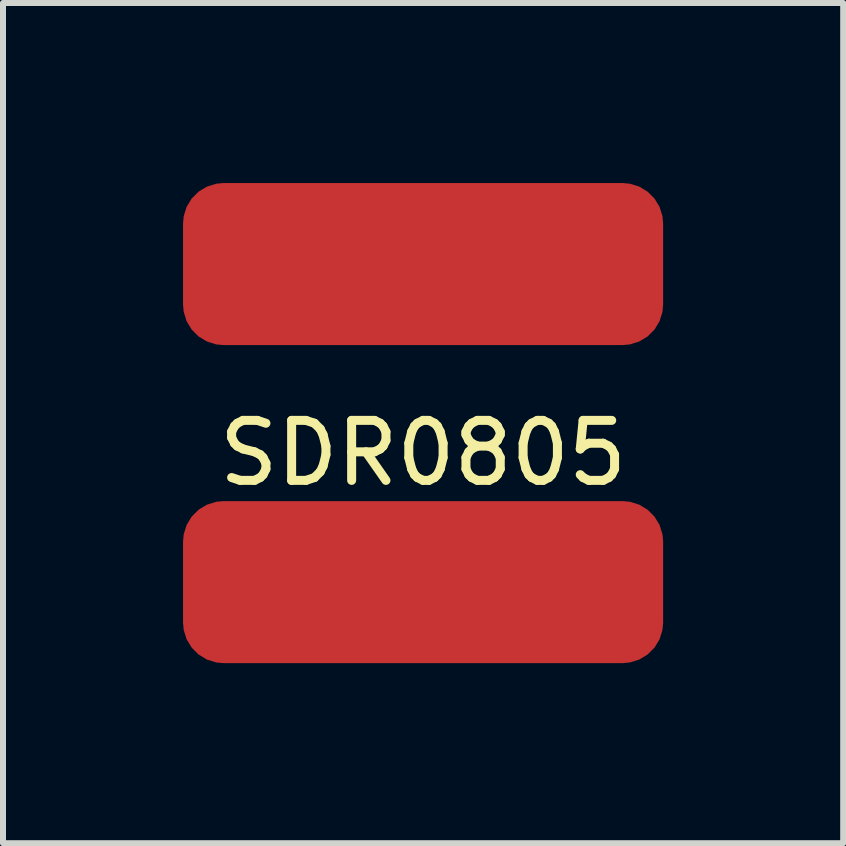
<source format=kicad_pcb>
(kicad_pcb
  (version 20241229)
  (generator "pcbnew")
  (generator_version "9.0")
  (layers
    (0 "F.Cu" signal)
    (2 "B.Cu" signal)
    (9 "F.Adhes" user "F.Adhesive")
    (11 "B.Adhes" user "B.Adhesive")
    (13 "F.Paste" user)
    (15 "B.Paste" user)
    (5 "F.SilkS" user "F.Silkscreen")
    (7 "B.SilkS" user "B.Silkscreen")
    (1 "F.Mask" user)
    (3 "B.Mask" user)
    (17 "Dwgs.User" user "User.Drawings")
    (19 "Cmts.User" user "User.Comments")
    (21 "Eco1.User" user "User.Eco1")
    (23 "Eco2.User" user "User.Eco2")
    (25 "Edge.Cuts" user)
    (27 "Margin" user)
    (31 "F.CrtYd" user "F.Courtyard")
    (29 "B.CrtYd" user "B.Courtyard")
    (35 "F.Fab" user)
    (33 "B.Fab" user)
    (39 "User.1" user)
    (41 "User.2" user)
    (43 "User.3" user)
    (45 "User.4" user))
  (footprint "SDR0805"
    (layer "F.Cu")
    (at 4 4)
    (property "Reference" "SDR0805" (at 0 0.5 0) (layer "F.SilkS") (effects (font (size 1 1) (thickness 0.15))))
    (attr through_hole)
    (pad "1" smd roundrect (at 0 -2.65) (size 8 2.7) (layers "F.Cu" "F.Mask" "F.Paste") (roundrect_rratio 0.25))
    (pad "2" smd roundrect (at 0 2.65) (size 8 2.7) (layers "F.Cu" "F.Mask" "F.Paste") (roundrect_rratio 0.25)))
  (gr_rect
    (start -3 -3)
    (end 11 11)
    (stroke (width 0.1) (type default))
    (fill no)
    (layer "Edge.Cuts")))
</source>
